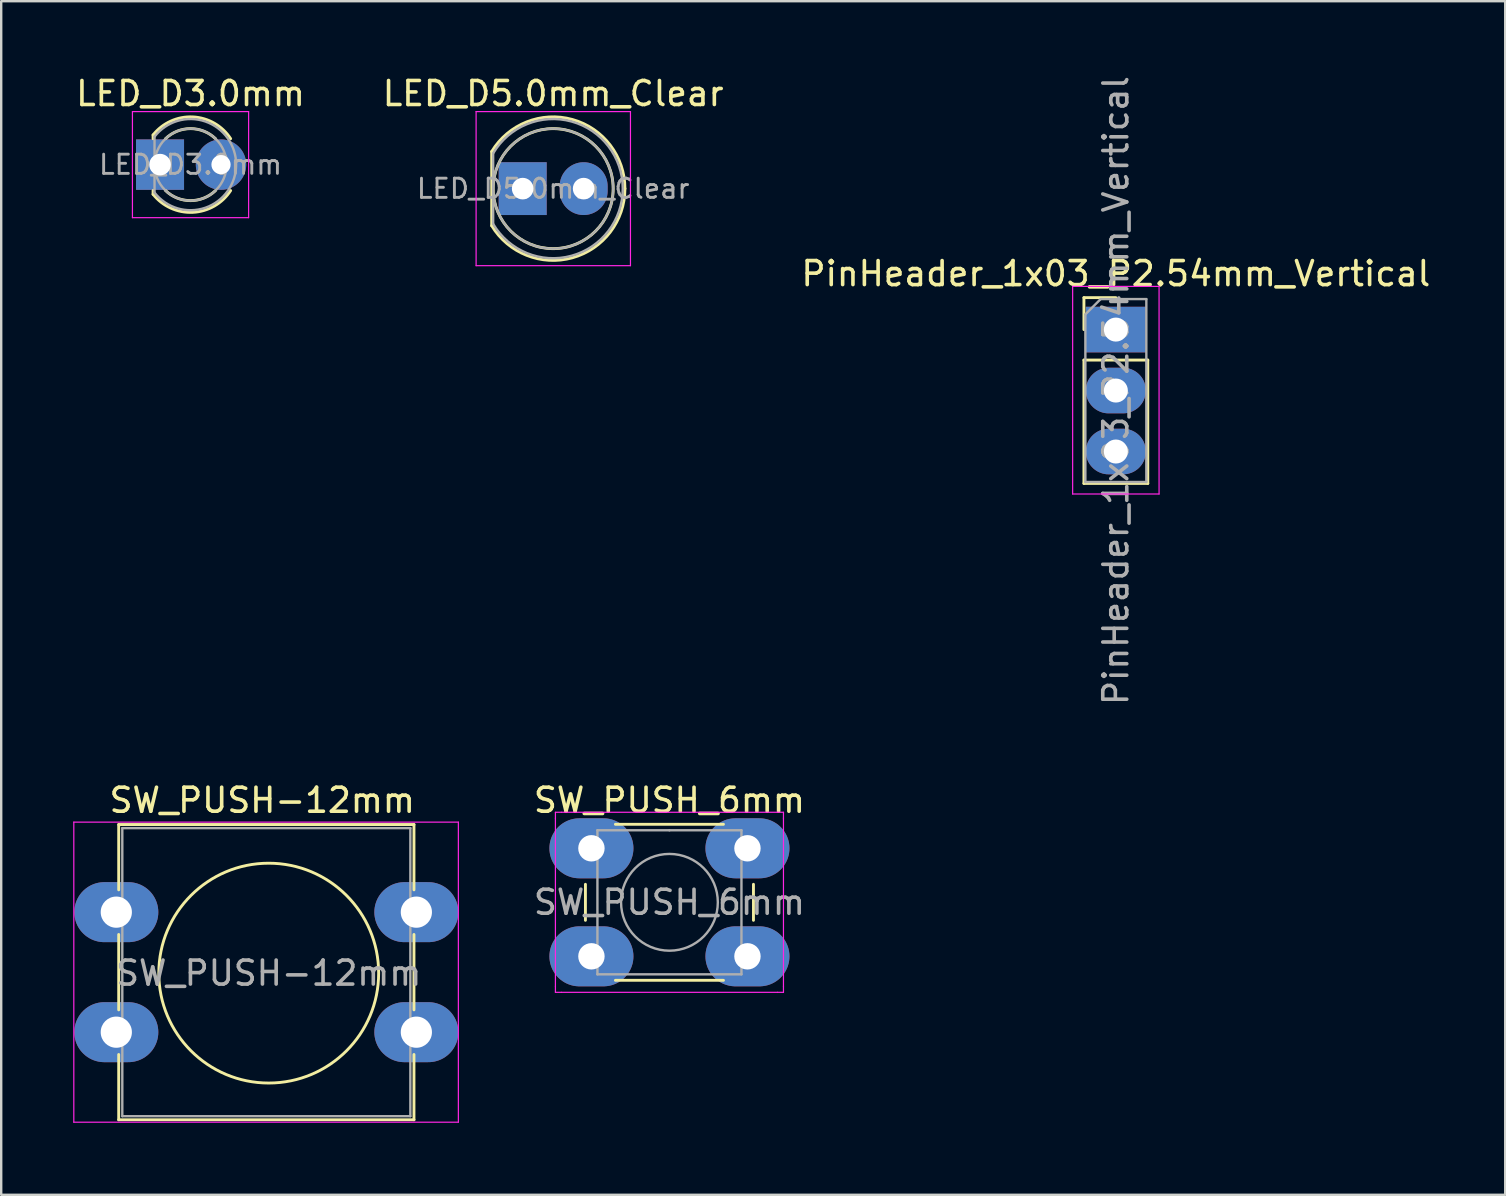
<source format=kicad_pcb>
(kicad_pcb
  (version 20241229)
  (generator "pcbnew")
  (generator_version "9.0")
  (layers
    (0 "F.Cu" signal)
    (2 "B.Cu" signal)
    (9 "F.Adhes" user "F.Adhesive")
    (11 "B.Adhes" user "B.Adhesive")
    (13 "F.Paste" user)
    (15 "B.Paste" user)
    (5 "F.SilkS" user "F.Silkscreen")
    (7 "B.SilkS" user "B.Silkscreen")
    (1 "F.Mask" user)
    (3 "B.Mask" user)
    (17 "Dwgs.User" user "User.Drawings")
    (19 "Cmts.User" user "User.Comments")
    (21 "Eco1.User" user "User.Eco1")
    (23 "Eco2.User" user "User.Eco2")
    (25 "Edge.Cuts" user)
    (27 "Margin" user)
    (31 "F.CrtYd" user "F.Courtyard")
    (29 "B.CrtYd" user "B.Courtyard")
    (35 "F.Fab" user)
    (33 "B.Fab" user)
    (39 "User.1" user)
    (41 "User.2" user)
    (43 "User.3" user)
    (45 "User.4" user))
  (footprint "SW_PUSH_6mm"
    (layer "F.Cu")
    (at 21.588 32.289)
    (property "Reference" "SW_PUSH_6mm" (at 3.25 -2 0) (layer "F.SilkS") (effects (font (size 1 1) (thickness 0.15))))
    (attr through_hole)
    (fp_line (start -0.25 1.5) (end -0.25 3) (stroke (width 0.12) (type solid)) (layer "F.SilkS"))
    (fp_line (start 1 5.5) (end 5.5 5.5) (stroke (width 0.12) (type solid)) (layer "F.SilkS"))
    (fp_line (start 5.5 -1) (end 1 -1) (stroke (width 0.12) (type solid)) (layer "F.SilkS"))
    (fp_line (start 6.75 3) (end 6.75 1.5) (stroke (width 0.12) (type solid)) (layer "F.SilkS"))
    (fp_line (start -1.5 -1.5) (end -1.25 -1.5) (stroke (width 0.05) (type solid)) (layer "F.CrtYd"))
    (fp_line (start -1.5 -1.25) (end -1.5 -1.5) (stroke (width 0.05) (type solid)) (layer "F.CrtYd"))
    (fp_line (start -1.5 5.75) (end -1.5 -1.25) (stroke (width 0.05) (type solid)) (layer "F.CrtYd"))
    (fp_line (start -1.5 5.75) (end -1.5 6) (stroke (width 0.05) (type solid)) (layer "F.CrtYd"))
    (fp_line (start -1.5 6) (end -1.25 6) (stroke (width 0.05) (type solid)) (layer "F.CrtYd"))
    (fp_line (start -1.25 -1.5) (end 7.75 -1.5) (stroke (width 0.05) (type solid)) (layer "F.CrtYd"))
    (fp_line (start 7.75 -1.5) (end 8 -1.5) (stroke (width 0.05) (type solid)) (layer "F.CrtYd"))
    (fp_line (start 7.75 6) (end -1.25 6) (stroke (width 0.05) (type solid)) (layer "F.CrtYd"))
    (fp_line (start 7.75 6) (end 8 6) (stroke (width 0.05) (type solid)) (layer "F.CrtYd"))
    (fp_line (start 8 -1.5) (end 8 -1.25) (stroke (width 0.05) (type solid)) (layer "F.CrtYd"))
    (fp_line (start 8 -1.25) (end 8 5.75) (stroke (width 0.05) (type solid)) (layer "F.CrtYd"))
    (fp_line (start 8 6) (end 8 5.75) (stroke (width 0.05) (type solid)) (layer "F.CrtYd"))
    (fp_line (start 0.25 -0.75) (end 3.25 -0.75) (stroke (width 0.1) (type solid)) (layer "F.Fab"))
    (fp_line (start 0.25 5.25) (end 0.25 -0.75) (stroke (width 0.1) (type solid)) (layer "F.Fab"))
    (fp_line (start 3.25 -0.75) (end 6.25 -0.75) (stroke (width 0.1) (type solid)) (layer "F.Fab"))
    (fp_line (start 6.25 -0.75) (end 6.25 5.25) (stroke (width 0.1) (type solid)) (layer "F.Fab"))
    (fp_line (start 6.25 5.25) (end 0.25 5.25) (stroke (width 0.1) (type solid)) (layer "F.Fab"))
    (fp_circle (center 3.25 2.25) (end 1.25 2.5) (stroke (width 0.1) (type solid)) (fill no) (layer "F.Fab"))
    (fp_text user "${REFERENCE}" (at 3.25 2.25 0) (layer "F.Fab") (effects (font (size 1 1) (thickness 0.15))))
    (pad "1" thru_hole oval (at 0 0 90) (size 2.5 3.5) (drill 1.1) (layers "*.Cu" "*.Mask"))
    (pad "1" thru_hole oval (at 6.5 0 90) (size 2.5 3.5) (drill 1.1) (layers "*.Cu" "*.Mask"))
    (pad "2" thru_hole oval (at 0 4.5 90) (size 2.5 3.5) (drill 1.1) (layers "*.Cu" "*.Mask"))
    (pad "2" thru_hole oval (at 6.5 4.5 90) (size 2.5 3.5) (drill 1.1) (layers "*.Cu" "*.Mask")))
  (footprint "LED_D5.0mm_Clear"
    (layer "F.Cu")
    (at 18.724 4.808)
    (property "Reference" "LED_D5.0mm_Clear" (at 1.27 -3.96 0) (layer "F.SilkS") (effects (font (size 1 1) (thickness 0.15))))
    (attr through_hole)
    (fp_line (start -1.29 -1.545) (end -1.29 1.545) (stroke (width 0.12) (type solid)) (layer "F.SilkS"))
    (fp_arc (start -1.29 -1.54483) (mid 2.071756 -2.880501) (end 4.26 -0.000048) (stroke (width 0.12) (type solid)) (layer "F.SilkS"))
    (fp_arc (start 4.26 0.000048) (mid 2.071756 2.880501) (end -1.29 1.54483) (stroke (width 0.12) (type solid)) (layer "F.SilkS"))
    (fp_circle (center 1.27 0) (end 3.77 0) (stroke (width 0.12) (type solid)) (fill no) (layer "F.SilkS"))
    (fp_line (start -1.94 -3.21) (end -1.94 3.21) (stroke (width 0.05) (type solid)) (layer "F.CrtYd"))
    (fp_line (start -1.94 3.21) (end 4.49 3.21) (stroke (width 0.05) (type solid)) (layer "F.CrtYd"))
    (fp_line (start 4.49 -3.21) (end -1.94 -3.21) (stroke (width 0.05) (type solid)) (layer "F.CrtYd"))
    (fp_line (start 4.49 3.21) (end 4.49 -3.21) (stroke (width 0.05) (type solid)) (layer "F.CrtYd"))
    (fp_line (start -1.23 -1.47) (end -1.23 1.47) (stroke (width 0.1) (type solid)) (layer "F.Fab"))
    (fp_arc (start -1.23 -1.469694) (mid 4.17 -0.000045) (end -1.229954 1.469772) (stroke (width 0.1) (type solid)) (layer "F.Fab"))
    (fp_circle (center 1.27 0) (end 3.77 0) (stroke (width 0.1) (type solid)) (fill no) (layer "F.Fab"))
    (fp_text user "${REFERENCE}" (at 1.27 0 0) (layer "F.Fab") (effects (font (size 0.8 0.8) (thickness 0.12))))
    (pad "1" thru_hole rect (at 0 0) (size 2 2.2) (drill 0.9) (layers "*.Cu" "*.Mask"))
    (pad "2" thru_hole oval (at 2.54 0) (size 2 2.2) (drill 0.9) (layers "*.Cu" "*.Mask")))
  (footprint "SW_PUSH-12mm"
    (layer "F.Cu")
    (at 1.795 34.949)
    (property "Reference" "SW_PUSH-12mm" (at 6.08 -4.66 180) (layer "F.SilkS") (effects (font (size 1 1) (thickness 0.15))))
    (attr through_hole)
    (fp_line (start 0.1 -3.65) (end 12.4 -3.65) (stroke (width 0.12) (type solid)) (layer "F.SilkS"))
    (fp_line (start 0.1 -0.93) (end 0.1 -3.65) (stroke (width 0.12) (type solid)) (layer "F.SilkS"))
    (fp_line (start 0.1 4.07) (end 0.1 0.93) (stroke (width 0.12) (type solid)) (layer "F.SilkS"))
    (fp_line (start 0.1 8.65) (end 0.1 5.93) (stroke (width 0.12) (type solid)) (layer "F.SilkS"))
    (fp_line (start 12.4 -3.65) (end 12.4 -0.93) (stroke (width 0.12) (type solid)) (layer "F.SilkS"))
    (fp_line (start 12.4 0.93) (end 12.4 4.07) (stroke (width 0.12) (type solid)) (layer "F.SilkS"))
    (fp_line (start 12.4 5.93) (end 12.4 8.65) (stroke (width 0.12) (type solid)) (layer "F.SilkS"))
    (fp_line (start 12.4 8.65) (end 0.1 8.65) (stroke (width 0.12) (type solid)) (layer "F.SilkS"))
    (fp_circle (center 6.35 2.54) (end 10.16 5.08) (stroke (width 0.12) (type solid)) (fill no) (layer "F.SilkS"))
    (fp_line (start -1.77 -3.75) (end -1.77 8.75) (stroke (width 0.05) (type solid)) (layer "F.CrtYd"))
    (fp_line (start -1.77 -3.75) (end 14.25 -3.75) (stroke (width 0.05) (type solid)) (layer "F.CrtYd"))
    (fp_line (start 14.25 8.75) (end -1.77 8.75) (stroke (width 0.05) (type solid)) (layer "F.CrtYd"))
    (fp_line (start 14.25 8.75) (end 14.25 -3.75) (stroke (width 0.05) (type solid)) (layer "F.CrtYd"))
    (fp_line (start 0.25 -3.5) (end 0.25 8.5) (stroke (width 0.1) (type solid)) (layer "F.Fab"))
    (fp_line (start 0.25 -3.5) (end 12.25 -3.5) (stroke (width 0.1) (type solid)) (layer "F.Fab"))
    (fp_line (start 0.25 8.5) (end 12.25 8.5) (stroke (width 0.1) (type solid)) (layer "F.Fab"))
    (fp_line (start 12.25 -3.5) (end 12.25 8.5) (stroke (width 0.1) (type solid)) (layer "F.Fab"))
    (fp_text user "${REFERENCE}" (at 6.35 2.54 180) (layer "F.Fab") (effects (font (size 1 1) (thickness 0.15))))
    (pad "1" thru_hole oval (at 0 0) (size 3.5 2.5) (drill 1.3) (layers "*.Cu" "*.Mask"))
    (pad "1" thru_hole oval (at 12.5 0) (size 3.5 2.5) (drill 1.3) (layers "*.Cu" "*.Mask"))
    (pad "2" thru_hole oval (at 0 5) (size 3.5 2.5) (drill 1.3) (layers "*.Cu" "*.Mask"))
    (pad "2" thru_hole oval (at 12.5 5) (size 3.5 2.5) (drill 1.3) (layers "*.Cu" "*.Mask")))
  (footprint "LED_D3.0mm"
    (layer "F.Cu")
    (at 3.617 3.808)
    (property "Reference" "LED_D3.0mm" (at 1.27 -2.96 0) (layer "F.SilkS") (effects (font (size 1 1) (thickness 0.15))))
    (attr through_hole)
    (fp_line (start -0.29 -1.236) (end -0.29 -1.08) (stroke (width 0.12) (type solid)) (layer "F.SilkS"))
    (fp_line (start -0.29 1.08) (end -0.29 1.236) (stroke (width 0.12) (type solid)) (layer "F.SilkS"))
    (fp_arc (start -0.29 -1.235516) (mid 1.365624 -1.987701) (end 2.941397 -1.080061) (stroke (width 0.12) (type solid)) (layer "F.SilkS"))
    (fp_arc (start 0.229039 -1.08) (mid 1.269965 -1.5) (end 2.31091 -1.080049) (stroke (width 0.12) (type solid)) (layer "F.SilkS"))
    (fp_arc (start 2.31091 1.080049) (mid 1.269965 1.5) (end 0.229039 1.08) (stroke (width 0.12) (type solid)) (layer "F.SilkS"))
    (fp_arc (start 2.941397 1.080061) (mid 1.365624 1.987701) (end -0.29 1.235516) (stroke (width 0.12) (type solid)) (layer "F.SilkS"))
    (fp_line (start -1.15 -2.21) (end -1.15 2.21) (stroke (width 0.05) (type solid)) (layer "F.CrtYd"))
    (fp_line (start -1.15 2.21) (end 3.69 2.21) (stroke (width 0.05) (type solid)) (layer "F.CrtYd"))
    (fp_line (start 3.69 -2.21) (end -1.15 -2.21) (stroke (width 0.05) (type solid)) (layer "F.CrtYd"))
    (fp_line (start 3.69 2.21) (end 3.69 -2.21) (stroke (width 0.05) (type solid)) (layer "F.CrtYd"))
    (fp_line (start -0.23 -1.166) (end -0.23 1.166) (stroke (width 0.1) (type solid)) (layer "F.Fab"))
    (fp_arc (start -0.23 -1.16619) (mid 3.17 -0.000037) (end -0.229955 1.166249) (stroke (width 0.1) (type solid)) (layer "F.Fab"))
    (fp_circle (center 1.27 0) (end 2.77 0) (stroke (width 0.1) (type solid)) (fill no) (layer "F.Fab"))
    (fp_text user "${REFERENCE}" (at 1.27 0 0) (layer "F.Fab") (effects (font (size 0.8 0.8) (thickness 0.12))))
    (pad "1" thru_hole rect (at 0 0) (size 2 2.1) (drill 0.9) (layers "*.Cu" "*.Mask"))
    (pad "2" thru_hole circle (at 2.54 0) (size 2.1 2.1) (drill 0.8) (layers "*.Cu" "*.Mask")))
  (footprint "PinHeader_1x03_P2.54mm_Vertical"
    (layer "F.Cu")
    (at 43.435 10.68)
    (property "Reference" "PinHeader_1x03_P2.54mm_Vertical" (at 0 -2.33 0) (layer "F.SilkS") (effects (font (size 1 1) (thickness 0.15))))
    (attr through_hole)
    (fp_line (start -1.33 -1.33) (end 0 -1.33) (stroke (width 0.12) (type solid)) (layer "F.SilkS"))
    (fp_line (start -1.33 0) (end -1.33 -1.33) (stroke (width 0.12) (type solid)) (layer "F.SilkS"))
    (fp_line (start -1.33 1.27) (end -1.33 6.41) (stroke (width 0.12) (type solid)) (layer "F.SilkS"))
    (fp_line (start -1.33 1.27) (end 1.33 1.27) (stroke (width 0.12) (type solid)) (layer "F.SilkS"))
    (fp_line (start -1.33 6.41) (end 1.33 6.41) (stroke (width 0.12) (type solid)) (layer "F.SilkS"))
    (fp_line (start 1.33 1.27) (end 1.33 6.41) (stroke (width 0.12) (type solid)) (layer "F.SilkS"))
    (fp_line (start -1.8 -1.8) (end -1.8 6.85) (stroke (width 0.05) (type solid)) (layer "F.CrtYd"))
    (fp_line (start -1.8 6.85) (end 1.8 6.85) (stroke (width 0.05) (type solid)) (layer "F.CrtYd"))
    (fp_line (start 1.8 -1.8) (end -1.8 -1.8) (stroke (width 0.05) (type solid)) (layer "F.CrtYd"))
    (fp_line (start 1.8 6.85) (end 1.8 -1.8) (stroke (width 0.05) (type solid)) (layer "F.CrtYd"))
    (fp_line (start -1.27 -0.635) (end -0.635 -1.27) (stroke (width 0.1) (type solid)) (layer "F.Fab"))
    (fp_line (start -1.27 6.35) (end -1.27 -0.635) (stroke (width 0.1) (type solid)) (layer "F.Fab"))
    (fp_line (start -0.635 -1.27) (end 1.27 -1.27) (stroke (width 0.1) (type solid)) (layer "F.Fab"))
    (fp_line (start 1.27 -1.27) (end 1.27 6.35) (stroke (width 0.1) (type solid)) (layer "F.Fab"))
    (fp_line (start 1.27 6.35) (end -1.27 6.35) (stroke (width 0.1) (type solid)) (layer "F.Fab"))
    (fp_text user "${REFERENCE}" (at 0 2.54 90) (layer "F.Fab") (effects (font (size 1 1) (thickness 0.15))))
    (pad "1" thru_hole rect (at 0 0) (size 2.5 1.9) (drill 1) (layers "*.Cu" "*.Mask"))
    (pad "2" thru_hole oval (at 0 2.54) (size 2.5 1.9) (drill 1) (layers "*.Cu" "*.Mask"))
    (pad "3" thru_hole oval (at 0 5.08) (size 2.5 1.9) (drill 1) (layers "*.Cu" "*.Mask")))
  (gr_rect
    (start -3 -3)
    (end 59.655 46.724)
    (stroke (width 0.1) (type default))
    (fill no)
    (layer "Edge.Cuts")))
</source>
